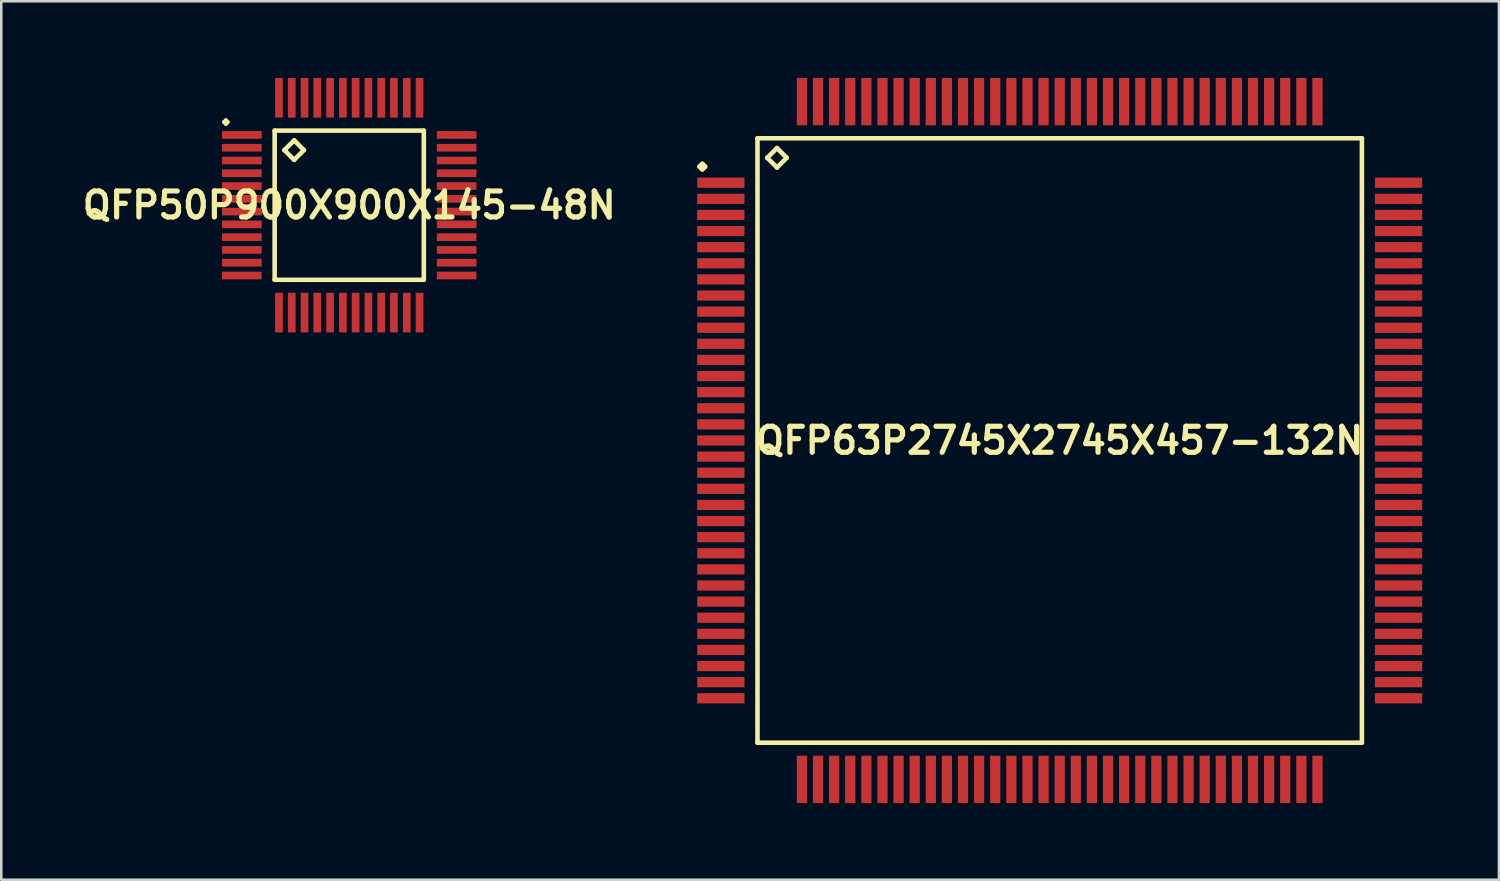
<source format=kicad_pcb>
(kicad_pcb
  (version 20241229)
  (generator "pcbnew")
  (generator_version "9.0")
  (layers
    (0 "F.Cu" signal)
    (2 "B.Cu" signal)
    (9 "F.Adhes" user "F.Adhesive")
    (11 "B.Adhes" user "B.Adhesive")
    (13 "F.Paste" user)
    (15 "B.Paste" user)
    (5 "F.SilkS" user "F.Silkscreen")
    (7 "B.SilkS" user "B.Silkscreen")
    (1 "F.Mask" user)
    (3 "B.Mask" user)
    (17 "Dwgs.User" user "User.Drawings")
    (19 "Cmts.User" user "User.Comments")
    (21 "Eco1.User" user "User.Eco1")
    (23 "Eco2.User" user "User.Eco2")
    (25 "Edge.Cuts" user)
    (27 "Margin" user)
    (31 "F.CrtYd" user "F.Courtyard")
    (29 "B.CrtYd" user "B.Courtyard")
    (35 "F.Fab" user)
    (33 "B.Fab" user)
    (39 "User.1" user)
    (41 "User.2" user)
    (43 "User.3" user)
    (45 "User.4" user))
  (footprint "QFP50P900X900X145-48N"
    (layer "F.Cu")
    (at 10.605 4.973)
    (property "Reference" "QFP50P900X900X145-48N" (at 0 0 0) (layer "F.SilkS") (effects (font (size 1.016 1.016) (thickness 0.203))))
    (attr smd)
    (fp_line (start -4.9 -3.249) (end -4.823 -3.325) (stroke (width 0.15) (type solid)) (layer "F.SilkS"))
    (fp_line (start -4.823 -3.325) (end -4.75 -3.249) (stroke (width 0.15) (type solid)) (layer "F.SilkS"))
    (fp_line (start -4.823 -3.175) (end -4.9 -3.249) (stroke (width 0.15) (type solid)) (layer "F.SilkS"))
    (fp_line (start -4.75 -3.249) (end -4.823 -3.175) (stroke (width 0.15) (type solid)) (layer "F.SilkS"))
    (fp_line (start -2.916 -2.916) (end -2.916 2.916) (stroke (width 0.178) (type solid)) (layer "F.SilkS"))
    (fp_line (start -2.916 2.916) (end 2.916 2.916) (stroke (width 0.178) (type solid)) (layer "F.SilkS"))
    (fp_line (start -2.535 -2.154) (end -2.154 -2.535) (stroke (width 0.178) (type solid)) (layer "F.SilkS"))
    (fp_line (start -2.154 -2.535) (end -1.773 -2.154) (stroke (width 0.178) (type solid)) (layer "F.SilkS"))
    (fp_line (start -2.154 -1.773) (end -2.535 -2.154) (stroke (width 0.178) (type solid)) (layer "F.SilkS"))
    (fp_line (start -1.773 -2.154) (end -2.154 -1.773) (stroke (width 0.178) (type solid)) (layer "F.SilkS"))
    (fp_line (start 2.916 -2.916) (end -2.916 -2.916) (stroke (width 0.178) (type solid)) (layer "F.SilkS"))
    (fp_line (start 2.916 2.916) (end 2.916 -2.916) (stroke (width 0.178) (type solid)) (layer "F.SilkS"))
    (pad "1" smd rect (at -4.199 -2.748) (size 1.549 0.3) (layers "F.Cu" "F.Mask" "F.Paste"))
    (pad "2" smd rect (at -4.199 -2.248) (size 1.549 0.3) (layers "F.Cu" "F.Mask" "F.Paste"))
    (pad "3" smd rect (at -4.199 -1.748) (size 1.549 0.3) (layers "F.Cu" "F.Mask" "F.Paste"))
    (pad "4" smd rect (at -4.199 -1.25) (size 1.549 0.3) (layers "F.Cu" "F.Mask" "F.Paste"))
    (pad "5" smd rect (at -4.199 -0.749) (size 1.549 0.3) (layers "F.Cu" "F.Mask" "F.Paste"))
    (pad "6" smd rect (at -4.199 -0.249) (size 1.549 0.3) (layers "F.Cu" "F.Mask" "F.Paste"))
    (pad "7" smd rect (at -4.199 0.249) (size 1.549 0.3) (layers "F.Cu" "F.Mask" "F.Paste"))
    (pad "8" smd rect (at -4.199 0.749) (size 1.549 0.3) (layers "F.Cu" "F.Mask" "F.Paste"))
    (pad "9" smd rect (at -4.199 1.25) (size 1.549 0.3) (layers "F.Cu" "F.Mask" "F.Paste"))
    (pad "10" smd rect (at -4.199 1.748) (size 1.549 0.3) (layers "F.Cu" "F.Mask" "F.Paste"))
    (pad "11" smd rect (at -4.199 2.248) (size 1.549 0.3) (layers "F.Cu" "F.Mask" "F.Paste"))
    (pad "12" smd rect (at -4.199 2.748) (size 1.549 0.3) (layers "F.Cu" "F.Mask" "F.Paste"))
    (pad "13" smd rect (at -2.748 4.199) (size 0.3 1.549) (layers "F.Cu" "F.Mask" "F.Paste"))
    (pad "14" smd rect (at -2.248 4.199) (size 0.3 1.549) (layers "F.Cu" "F.Mask" "F.Paste"))
    (pad "15" smd rect (at -1.748 4.199) (size 0.3 1.549) (layers "F.Cu" "F.Mask" "F.Paste"))
    (pad "16" smd rect (at -1.25 4.199) (size 0.3 1.549) (layers "F.Cu" "F.Mask" "F.Paste"))
    (pad "17" smd rect (at -0.749 4.199) (size 0.3 1.549) (layers "F.Cu" "F.Mask" "F.Paste"))
    (pad "18" smd rect (at -0.249 4.199) (size 0.3 1.549) (layers "F.Cu" "F.Mask" "F.Paste"))
    (pad "19" smd rect (at 0.249 4.199) (size 0.3 1.549) (layers "F.Cu" "F.Mask" "F.Paste"))
    (pad "20" smd rect (at 0.749 4.199) (size 0.3 1.549) (layers "F.Cu" "F.Mask" "F.Paste"))
    (pad "21" smd rect (at 1.25 4.199) (size 0.3 1.549) (layers "F.Cu" "F.Mask" "F.Paste"))
    (pad "22" smd rect (at 1.748 4.199) (size 0.3 1.549) (layers "F.Cu" "F.Mask" "F.Paste"))
    (pad "23" smd rect (at 2.248 4.199) (size 0.3 1.549) (layers "F.Cu" "F.Mask" "F.Paste"))
    (pad "24" smd rect (at 2.748 4.199) (size 0.3 1.549) (layers "F.Cu" "F.Mask" "F.Paste"))
    (pad "25" smd rect (at 4.199 2.748) (size 1.549 0.3) (layers "F.Cu" "F.Mask" "F.Paste"))
    (pad "26" smd rect (at 4.199 2.248) (size 1.549 0.3) (layers "F.Cu" "F.Mask" "F.Paste"))
    (pad "27" smd rect (at 4.199 1.748) (size 1.549 0.3) (layers "F.Cu" "F.Mask" "F.Paste"))
    (pad "28" smd rect (at 4.199 1.25) (size 1.549 0.3) (layers "F.Cu" "F.Mask" "F.Paste"))
    (pad "29" smd rect (at 4.199 0.749) (size 1.549 0.3) (layers "F.Cu" "F.Mask" "F.Paste"))
    (pad "30" smd rect (at 4.199 0.249) (size 1.549 0.3) (layers "F.Cu" "F.Mask" "F.Paste"))
    (pad "31" smd rect (at 4.199 -0.249) (size 1.549 0.3) (layers "F.Cu" "F.Mask" "F.Paste"))
    (pad "32" smd rect (at 4.199 -0.749) (size 1.549 0.3) (layers "F.Cu" "F.Mask" "F.Paste"))
    (pad "33" smd rect (at 4.199 -1.25) (size 1.549 0.3) (layers "F.Cu" "F.Mask" "F.Paste"))
    (pad "34" smd rect (at 4.199 -1.748) (size 1.549 0.3) (layers "F.Cu" "F.Mask" "F.Paste"))
    (pad "35" smd rect (at 4.199 -2.248) (size 1.549 0.3) (layers "F.Cu" "F.Mask" "F.Paste"))
    (pad "36" smd rect (at 4.199 -2.748) (size 1.549 0.3) (layers "F.Cu" "F.Mask" "F.Paste"))
    (pad "37" smd rect (at 2.748 -4.199) (size 0.3 1.549) (layers "F.Cu" "F.Mask" "F.Paste"))
    (pad "38" smd rect (at 2.248 -4.199) (size 0.3 1.549) (layers "F.Cu" "F.Mask" "F.Paste"))
    (pad "39" smd rect (at 1.748 -4.199) (size 0.3 1.549) (layers "F.Cu" "F.Mask" "F.Paste"))
    (pad "40" smd rect (at 1.25 -4.199) (size 0.3 1.549) (layers "F.Cu" "F.Mask" "F.Paste"))
    (pad "41" smd rect (at 0.749 -4.199) (size 0.3 1.549) (layers "F.Cu" "F.Mask" "F.Paste"))
    (pad "42" smd rect (at 0.249 -4.199) (size 0.3 1.549) (layers "F.Cu" "F.Mask" "F.Paste"))
    (pad "43" smd rect (at -0.249 -4.199) (size 0.3 1.549) (layers "F.Cu" "F.Mask" "F.Paste"))
    (pad "44" smd rect (at -0.749 -4.199) (size 0.3 1.549) (layers "F.Cu" "F.Mask" "F.Paste"))
    (pad "45" smd rect (at -1.25 -4.199) (size 0.3 1.549) (layers "F.Cu" "F.Mask" "F.Paste"))
    (pad "46" smd rect (at -1.748 -4.199) (size 0.3 1.549) (layers "F.Cu" "F.Mask" "F.Paste"))
    (pad "47" smd rect (at -2.248 -4.199) (size 0.3 1.549) (layers "F.Cu" "F.Mask" "F.Paste"))
    (pad "48" smd rect (at -2.748 -4.199) (size 0.3 1.549) (layers "F.Cu" "F.Mask" "F.Paste")))
  (footprint "QFP63P2745X2745X457-132N"
    (layer "F.Cu")
    (at 38.383 14.173)
    (property "Reference" "QFP63P2745X2745X457-132N" (at 0 0 0) (layer "F.SilkS") (effects (font (size 1.016 1.016) (thickness 0.203))))
    (attr smd)
    (fp_line (start -14.074 -10.709) (end -13.973 -10.808) (stroke (width 0.198) (type solid)) (layer "F.SilkS"))
    (fp_line (start -13.973 -10.808) (end -13.873 -10.709) (stroke (width 0.198) (type solid)) (layer "F.SilkS"))
    (fp_line (start -13.973 -10.61) (end -14.074 -10.709) (stroke (width 0.198) (type solid)) (layer "F.SilkS"))
    (fp_line (start -13.873 -10.709) (end -13.973 -10.61) (stroke (width 0.198) (type solid)) (layer "F.SilkS"))
    (fp_line (start -11.816 -11.816) (end -11.816 11.816) (stroke (width 0.178) (type solid)) (layer "F.SilkS"))
    (fp_line (start -11.816 11.816) (end 11.816 11.816) (stroke (width 0.178) (type solid)) (layer "F.SilkS"))
    (fp_line (start -11.435 -11.054) (end -11.054 -11.435) (stroke (width 0.178) (type solid)) (layer "F.SilkS"))
    (fp_line (start -11.054 -11.435) (end -10.673 -11.054) (stroke (width 0.178) (type solid)) (layer "F.SilkS"))
    (fp_line (start -11.054 -10.673) (end -11.435 -11.054) (stroke (width 0.178) (type solid)) (layer "F.SilkS"))
    (fp_line (start -10.673 -11.054) (end -11.054 -10.673) (stroke (width 0.178) (type solid)) (layer "F.SilkS"))
    (fp_line (start 11.816 -11.816) (end -11.816 -11.816) (stroke (width 0.178) (type solid)) (layer "F.SilkS"))
    (fp_line (start 11.816 11.816) (end 11.816 -11.816) (stroke (width 0.178) (type solid)) (layer "F.SilkS"))
    (pad "1" smd rect (at -13.249 -10.079) (size 1.849 0.399) (layers "F.Cu" "F.Mask" "F.Paste"))
    (pad "2" smd rect (at -13.249 -9.449) (size 1.849 0.399) (layers "F.Cu" "F.Mask" "F.Paste"))
    (pad "3" smd rect (at -13.249 -8.819) (size 1.849 0.399) (layers "F.Cu" "F.Mask" "F.Paste"))
    (pad "4" smd rect (at -13.249 -8.189) (size 1.849 0.399) (layers "F.Cu" "F.Mask" "F.Paste"))
    (pad "5" smd rect (at -13.249 -7.559) (size 1.849 0.399) (layers "F.Cu" "F.Mask" "F.Paste"))
    (pad "6" smd rect (at -13.249 -6.929) (size 1.849 0.399) (layers "F.Cu" "F.Mask" "F.Paste"))
    (pad "7" smd rect (at -13.249 -6.299) (size 1.849 0.399) (layers "F.Cu" "F.Mask" "F.Paste"))
    (pad "8" smd rect (at -13.249 -5.669) (size 1.849 0.399) (layers "F.Cu" "F.Mask" "F.Paste"))
    (pad "9" smd rect (at -13.249 -5.039) (size 1.849 0.399) (layers "F.Cu" "F.Mask" "F.Paste"))
    (pad "10" smd rect (at -13.249 -4.409) (size 1.849 0.399) (layers "F.Cu" "F.Mask" "F.Paste"))
    (pad "11" smd rect (at -13.249 -3.78) (size 1.849 0.399) (layers "F.Cu" "F.Mask" "F.Paste"))
    (pad "12" smd rect (at -13.249 -3.15) (size 1.849 0.399) (layers "F.Cu" "F.Mask" "F.Paste"))
    (pad "13" smd rect (at -13.249 -2.52) (size 1.849 0.399) (layers "F.Cu" "F.Mask" "F.Paste"))
    (pad "14" smd rect (at -13.249 -1.89) (size 1.849 0.399) (layers "F.Cu" "F.Mask" "F.Paste"))
    (pad "15" smd rect (at -13.249 -1.26) (size 1.849 0.399) (layers "F.Cu" "F.Mask" "F.Paste"))
    (pad "16" smd rect (at -13.249 -0.63) (size 1.849 0.399) (layers "F.Cu" "F.Mask" "F.Paste"))
    (pad "17" smd rect (at -13.249 0) (size 1.849 0.399) (layers "F.Cu" "F.Mask" "F.Paste"))
    (pad "18" smd rect (at -13.249 0.63) (size 1.849 0.399) (layers "F.Cu" "F.Mask" "F.Paste"))
    (pad "19" smd rect (at -13.249 1.26) (size 1.849 0.399) (layers "F.Cu" "F.Mask" "F.Paste"))
    (pad "20" smd rect (at -13.249 1.89) (size 1.849 0.399) (layers "F.Cu" "F.Mask" "F.Paste"))
    (pad "21" smd rect (at -13.249 2.52) (size 1.849 0.399) (layers "F.Cu" "F.Mask" "F.Paste"))
    (pad "22" smd rect (at -13.249 3.15) (size 1.849 0.399) (layers "F.Cu" "F.Mask" "F.Paste"))
    (pad "23" smd rect (at -13.249 3.78) (size 1.849 0.399) (layers "F.Cu" "F.Mask" "F.Paste"))
    (pad "24" smd rect (at -13.249 4.409) (size 1.849 0.399) (layers "F.Cu" "F.Mask" "F.Paste"))
    (pad "25" smd rect (at -13.249 5.039) (size 1.849 0.399) (layers "F.Cu" "F.Mask" "F.Paste"))
    (pad "26" smd rect (at -13.249 5.669) (size 1.849 0.399) (layers "F.Cu" "F.Mask" "F.Paste"))
    (pad "27" smd rect (at -13.249 6.299) (size 1.849 0.399) (layers "F.Cu" "F.Mask" "F.Paste"))
    (pad "28" smd rect (at -13.249 6.929) (size 1.849 0.399) (layers "F.Cu" "F.Mask" "F.Paste"))
    (pad "29" smd rect (at -13.249 7.559) (size 1.849 0.399) (layers "F.Cu" "F.Mask" "F.Paste"))
    (pad "30" smd rect (at -13.249 8.189) (size 1.849 0.399) (layers "F.Cu" "F.Mask" "F.Paste"))
    (pad "31" smd rect (at -13.249 8.819) (size 1.849 0.399) (layers "F.Cu" "F.Mask" "F.Paste"))
    (pad "32" smd rect (at -13.249 9.449) (size 1.849 0.399) (layers "F.Cu" "F.Mask" "F.Paste"))
    (pad "33" smd rect (at -13.249 10.079) (size 1.849 0.399) (layers "F.Cu" "F.Mask" "F.Paste"))
    (pad "34" smd rect (at -10.079 13.249) (size 0.399 1.849) (layers "F.Cu" "F.Mask" "F.Paste"))
    (pad "35" smd rect (at -9.449 13.249) (size 0.399 1.849) (layers "F.Cu" "F.Mask" "F.Paste"))
    (pad "36" smd rect (at -8.819 13.249) (size 0.399 1.849) (layers "F.Cu" "F.Mask" "F.Paste"))
    (pad "37" smd rect (at -8.189 13.249) (size 0.399 1.849) (layers "F.Cu" "F.Mask" "F.Paste"))
    (pad "38" smd rect (at -7.559 13.249) (size 0.399 1.849) (layers "F.Cu" "F.Mask" "F.Paste"))
    (pad "39" smd rect (at -6.929 13.249) (size 0.399 1.849) (layers "F.Cu" "F.Mask" "F.Paste"))
    (pad "40" smd rect (at -6.299 13.249) (size 0.399 1.849) (layers "F.Cu" "F.Mask" "F.Paste"))
    (pad "41" smd rect (at -5.669 13.249) (size 0.399 1.849) (layers "F.Cu" "F.Mask" "F.Paste"))
    (pad "42" smd rect (at -5.039 13.249) (size 0.399 1.849) (layers "F.Cu" "F.Mask" "F.Paste"))
    (pad "43" smd rect (at -4.409 13.249) (size 0.399 1.849) (layers "F.Cu" "F.Mask" "F.Paste"))
    (pad "44" smd rect (at -3.78 13.249) (size 0.399 1.849) (layers "F.Cu" "F.Mask" "F.Paste"))
    (pad "45" smd rect (at -3.15 13.249) (size 0.399 1.849) (layers "F.Cu" "F.Mask" "F.Paste"))
    (pad "46" smd rect (at -2.52 13.249) (size 0.399 1.849) (layers "F.Cu" "F.Mask" "F.Paste"))
    (pad "47" smd rect (at -1.89 13.249) (size 0.399 1.849) (layers "F.Cu" "F.Mask" "F.Paste"))
    (pad "48" smd rect (at -1.26 13.249) (size 0.399 1.849) (layers "F.Cu" "F.Mask" "F.Paste"))
    (pad "49" smd rect (at -0.63 13.249) (size 0.399 1.849) (layers "F.Cu" "F.Mask" "F.Paste"))
    (pad "50" smd rect (at 0 13.249) (size 0.399 1.849) (layers "F.Cu" "F.Mask" "F.Paste"))
    (pad "51" smd rect (at 0.63 13.249) (size 0.399 1.849) (layers "F.Cu" "F.Mask" "F.Paste"))
    (pad "52" smd rect (at 1.26 13.249) (size 0.399 1.849) (layers "F.Cu" "F.Mask" "F.Paste"))
    (pad "53" smd rect (at 1.89 13.249) (size 0.399 1.849) (layers "F.Cu" "F.Mask" "F.Paste"))
    (pad "54" smd rect (at 2.52 13.249) (size 0.399 1.849) (layers "F.Cu" "F.Mask" "F.Paste"))
    (pad "55" smd rect (at 3.15 13.249) (size 0.399 1.849) (layers "F.Cu" "F.Mask" "F.Paste"))
    (pad "56" smd rect (at 3.78 13.249) (size 0.399 1.849) (layers "F.Cu" "F.Mask" "F.Paste"))
    (pad "57" smd rect (at 4.409 13.249) (size 0.399 1.849) (layers "F.Cu" "F.Mask" "F.Paste"))
    (pad "58" smd rect (at 5.039 13.249) (size 0.399 1.849) (layers "F.Cu" "F.Mask" "F.Paste"))
    (pad "59" smd rect (at 5.669 13.249) (size 0.399 1.849) (layers "F.Cu" "F.Mask" "F.Paste"))
    (pad "60" smd rect (at 6.299 13.249) (size 0.399 1.849) (layers "F.Cu" "F.Mask" "F.Paste"))
    (pad "61" smd rect (at 6.929 13.249) (size 0.399 1.849) (layers "F.Cu" "F.Mask" "F.Paste"))
    (pad "62" smd rect (at 7.559 13.249) (size 0.399 1.849) (layers "F.Cu" "F.Mask" "F.Paste"))
    (pad "63" smd rect (at 8.189 13.249) (size 0.399 1.849) (layers "F.Cu" "F.Mask" "F.Paste"))
    (pad "64" smd rect (at 8.819 13.249) (size 0.399 1.849) (layers "F.Cu" "F.Mask" "F.Paste"))
    (pad "65" smd rect (at 9.449 13.249) (size 0.399 1.849) (layers "F.Cu" "F.Mask" "F.Paste"))
    (pad "66" smd rect (at 10.079 13.249) (size 0.399 1.849) (layers "F.Cu" "F.Mask" "F.Paste"))
    (pad "67" smd rect (at 13.249 10.079) (size 1.849 0.399) (layers "F.Cu" "F.Mask" "F.Paste"))
    (pad "68" smd rect (at 13.249 9.449) (size 1.849 0.399) (layers "F.Cu" "F.Mask" "F.Paste"))
    (pad "69" smd rect (at 13.249 8.819) (size 1.849 0.399) (layers "F.Cu" "F.Mask" "F.Paste"))
    (pad "70" smd rect (at 13.249 8.189) (size 1.849 0.399) (layers "F.Cu" "F.Mask" "F.Paste"))
    (pad "71" smd rect (at 13.249 7.559) (size 1.849 0.399) (layers "F.Cu" "F.Mask" "F.Paste"))
    (pad "72" smd rect (at 13.249 6.929) (size 1.849 0.399) (layers "F.Cu" "F.Mask" "F.Paste"))
    (pad "73" smd rect (at 13.249 6.299) (size 1.849 0.399) (layers "F.Cu" "F.Mask" "F.Paste"))
    (pad "74" smd rect (at 13.249 5.669) (size 1.849 0.399) (layers "F.Cu" "F.Mask" "F.Paste"))
    (pad "75" smd rect (at 13.249 5.039) (size 1.849 0.399) (layers "F.Cu" "F.Mask" "F.Paste"))
    (pad "76" smd rect (at 13.249 4.409) (size 1.849 0.399) (layers "F.Cu" "F.Mask" "F.Paste"))
    (pad "77" smd rect (at 13.249 3.78) (size 1.849 0.399) (layers "F.Cu" "F.Mask" "F.Paste"))
    (pad "78" smd rect (at 13.249 3.15) (size 1.849 0.399) (layers "F.Cu" "F.Mask" "F.Paste"))
    (pad "79" smd rect (at 13.249 2.52) (size 1.849 0.399) (layers "F.Cu" "F.Mask" "F.Paste"))
    (pad "80" smd rect (at 13.249 1.89) (size 1.849 0.399) (layers "F.Cu" "F.Mask" "F.Paste"))
    (pad "81" smd rect (at 13.249 1.26) (size 1.849 0.399) (layers "F.Cu" "F.Mask" "F.Paste"))
    (pad "82" smd rect (at 13.249 0.63) (size 1.849 0.399) (layers "F.Cu" "F.Mask" "F.Paste"))
    (pad "83" smd rect (at 13.249 0) (size 1.849 0.399) (layers "F.Cu" "F.Mask" "F.Paste"))
    (pad "84" smd rect (at 13.249 -0.63) (size 1.849 0.399) (layers "F.Cu" "F.Mask" "F.Paste"))
    (pad "85" smd rect (at 13.249 -1.26) (size 1.849 0.399) (layers "F.Cu" "F.Mask" "F.Paste"))
    (pad "86" smd rect (at 13.249 -1.89) (size 1.849 0.399) (layers "F.Cu" "F.Mask" "F.Paste"))
    (pad "87" smd rect (at 13.249 -2.52) (size 1.849 0.399) (layers "F.Cu" "F.Mask" "F.Paste"))
    (pad "88" smd rect (at 13.249 -3.15) (size 1.849 0.399) (layers "F.Cu" "F.Mask" "F.Paste"))
    (pad "89" smd rect (at 13.249 -3.78) (size 1.849 0.399) (layers "F.Cu" "F.Mask" "F.Paste"))
    (pad "90" smd rect (at 13.249 -4.409) (size 1.849 0.399) (layers "F.Cu" "F.Mask" "F.Paste"))
    (pad "91" smd rect (at 13.249 -5.039) (size 1.849 0.399) (layers "F.Cu" "F.Mask" "F.Paste"))
    (pad "92" smd rect (at 13.249 -5.669) (size 1.849 0.399) (layers "F.Cu" "F.Mask" "F.Paste"))
    (pad "93" smd rect (at 13.249 -6.299) (size 1.849 0.399) (layers "F.Cu" "F.Mask" "F.Paste"))
    (pad "94" smd rect (at 13.249 -6.929) (size 1.849 0.399) (layers "F.Cu" "F.Mask" "F.Paste"))
    (pad "95" smd rect (at 13.249 -7.559) (size 1.849 0.399) (layers "F.Cu" "F.Mask" "F.Paste"))
    (pad "96" smd rect (at 13.249 -8.189) (size 1.849 0.399) (layers "F.Cu" "F.Mask" "F.Paste"))
    (pad "97" smd rect (at 13.249 -8.819) (size 1.849 0.399) (layers "F.Cu" "F.Mask" "F.Paste"))
    (pad "98" smd rect (at 13.249 -9.449) (size 1.849 0.399) (layers "F.Cu" "F.Mask" "F.Paste"))
    (pad "99" smd rect (at 13.249 -10.079) (size 1.849 0.399) (layers "F.Cu" "F.Mask" "F.Paste"))
    (pad "100" smd rect (at 10.079 -13.249) (size 0.399 1.849) (layers "F.Cu" "F.Mask" "F.Paste"))
    (pad "101" smd rect (at 9.449 -13.249) (size 0.399 1.849) (layers "F.Cu" "F.Mask" "F.Paste"))
    (pad "102" smd rect (at 8.819 -13.249) (size 0.399 1.849) (layers "F.Cu" "F.Mask" "F.Paste"))
    (pad "103" smd rect (at 8.189 -13.249) (size 0.399 1.849) (layers "F.Cu" "F.Mask" "F.Paste"))
    (pad "104" smd rect (at 7.559 -13.249) (size 0.399 1.849) (layers "F.Cu" "F.Mask" "F.Paste"))
    (pad "105" smd rect (at 6.929 -13.249) (size 0.399 1.849) (layers "F.Cu" "F.Mask" "F.Paste"))
    (pad "106" smd rect (at 6.299 -13.249) (size 0.399 1.849) (layers "F.Cu" "F.Mask" "F.Paste"))
    (pad "107" smd rect (at 5.669 -13.249) (size 0.399 1.849) (layers "F.Cu" "F.Mask" "F.Paste"))
    (pad "108" smd rect (at 5.039 -13.249) (size 0.399 1.849) (layers "F.Cu" "F.Mask" "F.Paste"))
    (pad "109" smd rect (at 4.409 -13.249) (size 0.399 1.849) (layers "F.Cu" "F.Mask" "F.Paste"))
    (pad "110" smd rect (at 3.78 -13.249) (size 0.399 1.849) (layers "F.Cu" "F.Mask" "F.Paste"))
    (pad "111" smd rect (at 3.15 -13.249) (size 0.399 1.849) (layers "F.Cu" "F.Mask" "F.Paste"))
    (pad "112" smd rect (at 2.52 -13.249) (size 0.399 1.849) (layers "F.Cu" "F.Mask" "F.Paste"))
    (pad "113" smd rect (at 1.89 -13.249) (size 0.399 1.849) (layers "F.Cu" "F.Mask" "F.Paste"))
    (pad "114" smd rect (at 1.26 -13.249) (size 0.399 1.849) (layers "F.Cu" "F.Mask" "F.Paste"))
    (pad "115" smd rect (at 0.63 -13.249) (size 0.399 1.849) (layers "F.Cu" "F.Mask" "F.Paste"))
    (pad "116" smd rect (at 0 -13.249) (size 0.399 1.849) (layers "F.Cu" "F.Mask" "F.Paste"))
    (pad "117" smd rect (at -0.63 -13.249) (size 0.399 1.849) (layers "F.Cu" "F.Mask" "F.Paste"))
    (pad "118" smd rect (at -1.26 -13.249) (size 0.399 1.849) (layers "F.Cu" "F.Mask" "F.Paste"))
    (pad "119" smd rect (at -1.89 -13.249) (size 0.399 1.849) (layers "F.Cu" "F.Mask" "F.Paste"))
    (pad "120" smd rect (at -2.52 -13.249) (size 0.399 1.849) (layers "F.Cu" "F.Mask" "F.Paste"))
    (pad "121" smd rect (at -3.15 -13.249) (size 0.399 1.849) (layers "F.Cu" "F.Mask" "F.Paste"))
    (pad "122" smd rect (at -3.78 -13.249) (size 0.399 1.849) (layers "F.Cu" "F.Mask" "F.Paste"))
    (pad "123" smd rect (at -4.409 -13.249) (size 0.399 1.849) (layers "F.Cu" "F.Mask" "F.Paste"))
    (pad "124" smd rect (at -5.039 -13.249) (size 0.399 1.849) (layers "F.Cu" "F.Mask" "F.Paste"))
    (pad "125" smd rect (at -5.669 -13.249) (size 0.399 1.849) (layers "F.Cu" "F.Mask" "F.Paste"))
    (pad "126" smd rect (at -6.299 -13.249) (size 0.399 1.849) (layers "F.Cu" "F.Mask" "F.Paste"))
    (pad "127" smd rect (at -6.929 -13.249) (size 0.399 1.849) (layers "F.Cu" "F.Mask" "F.Paste"))
    (pad "128" smd rect (at -7.559 -13.249) (size 0.399 1.849) (layers "F.Cu" "F.Mask" "F.Paste"))
    (pad "129" smd rect (at -8.189 -13.249) (size 0.399 1.849) (layers "F.Cu" "F.Mask" "F.Paste"))
    (pad "130" smd rect (at -8.819 -13.249) (size 0.399 1.849) (layers "F.Cu" "F.Mask" "F.Paste"))
    (pad "131" smd rect (at -9.449 -13.249) (size 0.399 1.849) (layers "F.Cu" "F.Mask" "F.Paste"))
    (pad "132" smd rect (at -10.079 -13.249) (size 0.399 1.849) (layers "F.Cu" "F.Mask" "F.Paste")))
  (gr_rect
    (start -3 -3)
    (end 55.557 31.346)
    (stroke (width 0.1) (type default))
    (fill no)
    (layer "Edge.Cuts")))
</source>
